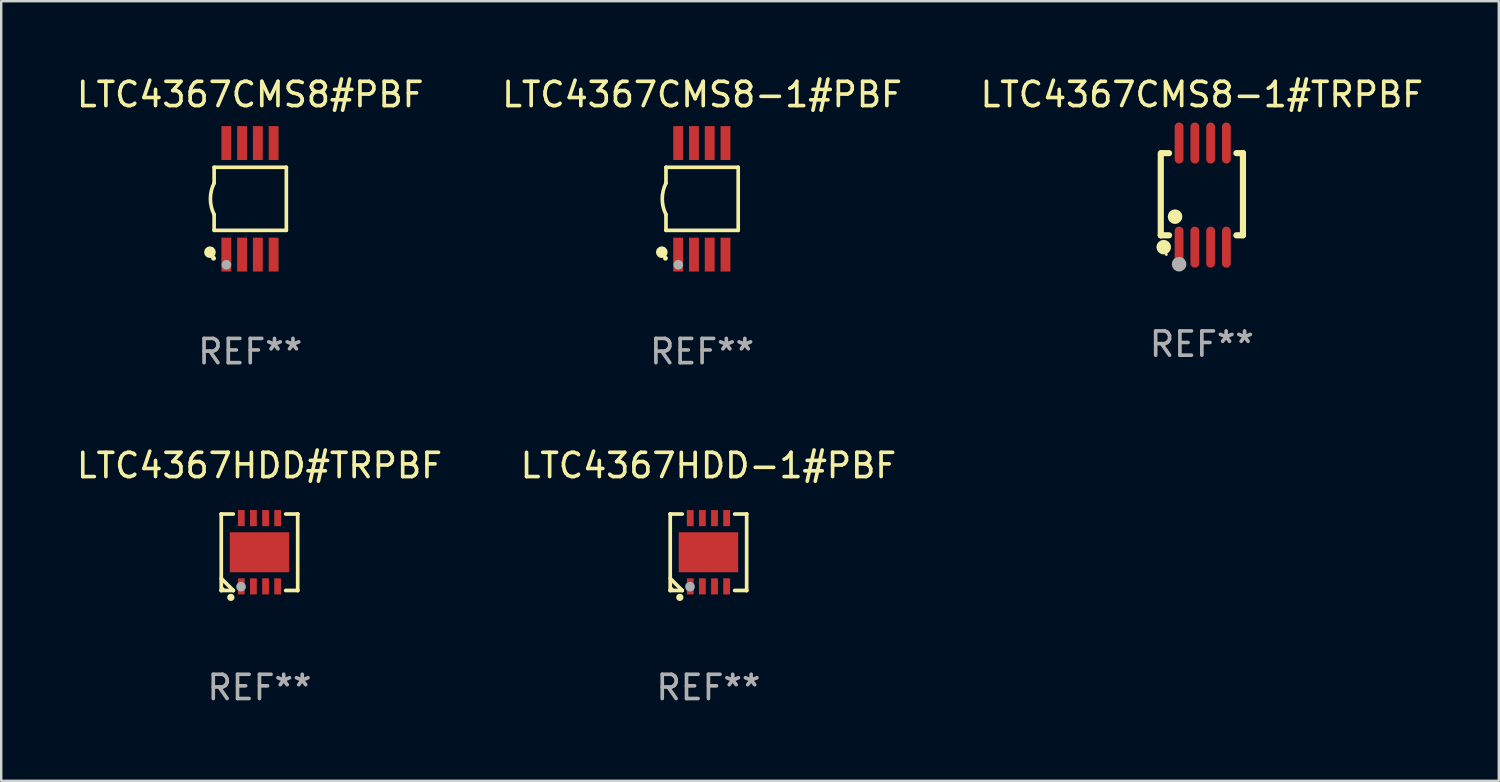
<source format=kicad_pcb>
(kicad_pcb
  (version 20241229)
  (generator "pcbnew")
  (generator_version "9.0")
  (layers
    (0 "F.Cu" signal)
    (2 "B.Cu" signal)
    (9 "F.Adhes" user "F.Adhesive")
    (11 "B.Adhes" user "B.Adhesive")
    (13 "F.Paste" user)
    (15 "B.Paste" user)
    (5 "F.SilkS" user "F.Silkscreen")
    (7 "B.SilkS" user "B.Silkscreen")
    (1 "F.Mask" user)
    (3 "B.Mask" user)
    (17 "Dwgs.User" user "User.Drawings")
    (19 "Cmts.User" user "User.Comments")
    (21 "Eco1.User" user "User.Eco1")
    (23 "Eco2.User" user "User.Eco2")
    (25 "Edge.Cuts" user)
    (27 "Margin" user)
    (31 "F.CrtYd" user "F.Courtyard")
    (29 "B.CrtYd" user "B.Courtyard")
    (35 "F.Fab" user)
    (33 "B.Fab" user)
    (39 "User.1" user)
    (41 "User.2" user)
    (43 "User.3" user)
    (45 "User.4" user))
  (footprint "LTC4367CMS8-1#TRPBF"
    (layer "F.Cu")
    (at 46.506 4.994)
    (property "Reference" "LTC4367CMS8-1#TRPBF" (at 0 -4.146 0) (layer "F.SilkS") (effects (font (size 1 1) (thickness 0.15))))
    (attr through_hole)
    (fp_line (start -1.694 -1.724) (end -1.694 1.652) (stroke (width 0.254) (type solid)) (layer "F.SilkS"))
    (fp_line (start -1.694 1.652) (end -1.688 1.658) (stroke (width 0.254) (type solid)) (layer "F.SilkS"))
    (fp_line (start -1.688 1.658) (end -1.353 1.658) (stroke (width 0.254) (type solid)) (layer "F.SilkS"))
    (fp_line (start -1.661 -1.73) (end -1.681 -1.71) (stroke (width 0.254) (type solid)) (layer "F.SilkS"))
    (fp_line (start -1.353 -1.73) (end -1.661 -1.73) (stroke (width 0.254) (type solid)) (layer "F.SilkS"))
    (fp_line (start 1.424 1.658) (end 1.694 1.658) (stroke (width 0.254) (type solid)) (layer "F.SilkS"))
    (fp_line (start 1.694 -1.73) (end 1.424 -1.73) (stroke (width 0.254) (type solid)) (layer "F.SilkS"))
    (fp_line (start 1.694 1.658) (end 1.694 -1.73) (stroke (width 0.254) (type solid)) (layer "F.SilkS"))
    (fp_circle (center -1.574 2.146) (end -1.424 2.146) (stroke (width 0.3) (type solid)) (fill no) (layer "F.SilkS"))
    (fp_circle (center -1.464 2.45) (end -1.434 2.45) (stroke (width 0.06) (type solid)) (fill no) (layer "F.SilkS"))
    (fp_circle (center -1.107 0.889) (end -0.957 0.889) (stroke (width 0.3) (type solid)) (fill no) (layer "F.SilkS"))
    (fp_circle (center -0.94 2.85) (end -0.789 2.85) (stroke (width 0.3) (type solid)) (fill no) (layer "F.Fab"))
    (fp_text user "REF**" (at 0 6.146 0) (layer "F.Fab") (effects (font (size 1 1) (thickness 0.15))))
    (pad "1" smd oval (at -0.94 2.146) (size 0.364 1.692) (layers "F.Cu" "F.Mask" "F.Paste"))
    (pad "2" smd oval (at -0.289 2.146) (size 0.364 1.692) (layers "F.Cu" "F.Mask" "F.Paste"))
    (pad "3" smd oval (at 0.361 2.146) (size 0.364 1.692) (layers "F.Cu" "F.Mask" "F.Paste"))
    (pad "4" smd oval (at 1.011 2.146) (size 0.364 1.692) (layers "F.Cu" "F.Mask" "F.Paste"))
    (pad "5" smd oval (at 1.011 -2.146) (size 0.364 1.692) (layers "F.Cu" "F.Mask" "F.Paste"))
    (pad "6" smd oval (at 0.361 -2.146) (size 0.364 1.692) (layers "F.Cu" "F.Mask" "F.Paste"))
    (pad "7" smd oval (at -0.289 -2.146) (size 0.364 1.692) (layers "F.Cu" "F.Mask" "F.Paste"))
    (pad "8" smd oval (at -0.94 -2.146) (size 0.364 1.692) (layers "F.Cu" "F.Mask" "F.Paste")))
  (footprint "LTC4367CMS8#PBF"
    (layer "F.Cu")
    (at 7.268 5.148)
    (property "Reference" "LTC4367CMS8#PBF" (at 0 -4.3 0) (layer "F.SilkS") (effects (font (size 1 1) (thickness 0.15))))
    (attr through_hole)
    (fp_line (start -1.489 -1.3) (end -1.489 -0.648) (stroke (width 0.15) (type solid)) (layer "F.SilkS"))
    (fp_line (start -1.489 0.648) (end -1.489 1.3) (stroke (width 0.15) (type solid)) (layer "F.SilkS"))
    (fp_line (start -1.489 1.3) (end 1.489 1.3) (stroke (width 0.15) (type solid)) (layer "F.SilkS"))
    (fp_line (start 1.489 -1.3) (end -1.489 -1.3) (stroke (width 0.15) (type solid)) (layer "F.SilkS"))
    (fp_line (start 1.489 1.3) (end 1.489 -1.3) (stroke (width 0.15) (type solid)) (layer "F.SilkS"))
    (fp_arc (start -1.489205 0.647702) (mid -1.642107 0) (end -1.489205 -0.647701) (stroke (width 0.150013) (type solid)) (layer "F.SilkS"))
    (fp_circle (center -1.661 2.2) (end -1.541 2.2) (stroke (width 0.24) (type solid)) (fill no) (layer "F.SilkS"))
    (fp_circle (center -1.511 2.45) (end -1.461 2.45) (stroke (width 0.1) (type solid)) (fill no) (layer "F.SilkS"))
    (fp_circle (center -0.981 2.72) (end -0.881 2.72) (stroke (width 0.2) (type solid)) (fill no) (layer "F.Fab"))
    (fp_text user "REF**" (at 0 6.3 0) (layer "F.Fab") (effects (font (size 1 1) (thickness 0.15))))
    (pad "1" smd rect (at -0.986 2.3) (size 0.406 1.397) (layers "F.Cu" "F.Mask" "F.Paste"))
    (pad "2" smd rect (at -0.336 2.3) (size 0.406 1.397) (layers "F.Cu" "F.Mask" "F.Paste"))
    (pad "3" smd rect (at 0.314 2.3) (size 0.406 1.397) (layers "F.Cu" "F.Mask" "F.Paste"))
    (pad "4" smd rect (at 0.964 2.3) (size 0.406 1.397) (layers "F.Cu" "F.Mask" "F.Paste"))
    (pad "5" smd rect (at 0.964 -2.3) (size 0.406 1.397) (layers "F.Cu" "F.Mask" "F.Paste"))
    (pad "6" smd rect (at 0.314 -2.3) (size 0.406 1.397) (layers "F.Cu" "F.Mask" "F.Paste"))
    (pad "7" smd rect (at -0.336 -2.3) (size 0.406 1.397) (layers "F.Cu" "F.Mask" "F.Paste"))
    (pad "8" smd rect (at -0.986 -2.3) (size 0.406 1.397) (layers "F.Cu" "F.Mask" "F.Paste")))
  (footprint "LTC4367CMS8-1#PBF"
    (layer "F.Cu")
    (at 25.899 5.148)
    (property "Reference" "LTC4367CMS8-1#PBF" (at 0 -4.3 0) (layer "F.SilkS") (effects (font (size 1 1) (thickness 0.15))))
    (attr through_hole)
    (fp_line (start -1.489 -1.3) (end -1.489 -0.648) (stroke (width 0.15) (type solid)) (layer "F.SilkS"))
    (fp_line (start -1.489 0.648) (end -1.489 1.3) (stroke (width 0.15) (type solid)) (layer "F.SilkS"))
    (fp_line (start -1.489 1.3) (end 1.489 1.3) (stroke (width 0.15) (type solid)) (layer "F.SilkS"))
    (fp_line (start 1.489 -1.3) (end -1.489 -1.3) (stroke (width 0.15) (type solid)) (layer "F.SilkS"))
    (fp_line (start 1.489 1.3) (end 1.489 -1.3) (stroke (width 0.15) (type solid)) (layer "F.SilkS"))
    (fp_arc (start -1.489205 0.647702) (mid -1.642107 0) (end -1.489205 -0.647701) (stroke (width 0.150013) (type solid)) (layer "F.SilkS"))
    (fp_circle (center -1.661 2.2) (end -1.541 2.2) (stroke (width 0.24) (type solid)) (fill no) (layer "F.SilkS"))
    (fp_circle (center -1.511 2.45) (end -1.461 2.45) (stroke (width 0.1) (type solid)) (fill no) (layer "F.SilkS"))
    (fp_circle (center -0.981 2.72) (end -0.881 2.72) (stroke (width 0.2) (type solid)) (fill no) (layer "F.Fab"))
    (fp_text user "REF**" (at 0 6.3 0) (layer "F.Fab") (effects (font (size 1 1) (thickness 0.15))))
    (pad "1" smd rect (at -0.986 2.3) (size 0.406 1.397) (layers "F.Cu" "F.Mask" "F.Paste"))
    (pad "2" smd rect (at -0.336 2.3) (size 0.406 1.397) (layers "F.Cu" "F.Mask" "F.Paste"))
    (pad "3" smd rect (at 0.314 2.3) (size 0.406 1.397) (layers "F.Cu" "F.Mask" "F.Paste"))
    (pad "4" smd rect (at 0.964 2.3) (size 0.406 1.397) (layers "F.Cu" "F.Mask" "F.Paste"))
    (pad "5" smd rect (at 0.964 -2.3) (size 0.406 1.397) (layers "F.Cu" "F.Mask" "F.Paste"))
    (pad "6" smd rect (at 0.314 -2.3) (size 0.406 1.397) (layers "F.Cu" "F.Mask" "F.Paste"))
    (pad "7" smd rect (at -0.336 -2.3) (size 0.406 1.397) (layers "F.Cu" "F.Mask" "F.Paste"))
    (pad "8" smd rect (at -0.986 -2.3) (size 0.406 1.397) (layers "F.Cu" "F.Mask" "F.Paste")))
  (footprint "LTC4367HDD#TRPBF"
    (layer "F.Cu")
    (at 7.649 19.721)
    (property "Reference" "LTC4367HDD#TRPBF" (at 0 -3.576 0) (layer "F.SilkS") (effects (font (size 1 1) (thickness 0.15))))
    (attr through_hole)
    (fp_line (start -1.576 -1.576) (end -1.576 -1.576) (stroke (width 0.152) (type solid)) (layer "F.SilkS"))
    (fp_line (start -1.576 -1.576) (end -1.08 -1.576) (stroke (width 0.152) (type solid)) (layer "F.SilkS"))
    (fp_line (start -1.576 1.576) (end -1.576 -1.576) (stroke (width 0.152) (type solid)) (layer "F.SilkS"))
    (fp_line (start -1.576 1.576) (end -1.576 1.576) (stroke (width 0.152) (type solid)) (layer "F.SilkS"))
    (fp_line (start -1.08 1.575) (end -1.576 1.079) (stroke (width 0.152) (type solid)) (layer "F.SilkS"))
    (fp_line (start -1.08 1.576) (end -1.576 1.576) (stroke (width 0.152) (type solid)) (layer "F.SilkS"))
    (fp_line (start -1.08 1.576) (end -1.08 1.575) (stroke (width 0.152) (type solid)) (layer "F.SilkS"))
    (fp_line (start 1.08 1.576) (end 1.576 1.576) (stroke (width 0.152) (type solid)) (layer "F.SilkS"))
    (fp_line (start 1.576 -1.576) (end 1.08 -1.576) (stroke (width 0.152) (type solid)) (layer "F.SilkS"))
    (fp_line (start 1.576 -1.576) (end 1.576 -1.576) (stroke (width 0.152) (type solid)) (layer "F.SilkS"))
    (fp_line (start 1.576 1.576) (end 1.576 -1.576) (stroke (width 0.152) (type solid)) (layer "F.SilkS"))
    (fp_line (start 1.576 1.576) (end 1.576 1.576) (stroke (width 0.152) (type solid)) (layer "F.SilkS"))
    (fp_circle (center -1.5 1.5) (end -1.47 1.5) (stroke (width 0.06) (type solid)) (fill no) (layer "F.SilkS"))
    (fp_circle (center -1.18 1.86) (end -1.105 1.86) (stroke (width 0.15) (type solid)) (fill no) (layer "F.SilkS"))
    (fp_circle (center -0.76 1.42) (end -0.66 1.42) (stroke (width 0.2) (type solid)) (fill no) (layer "F.Fab"))
    (fp_text user "REF**" (at 0 5.576 0) (layer "F.Fab") (effects (font (size 1 1) (thickness 0.15))))
    (pad "1" smd rect (at -0.75 1.407) (size 0.28 0.665) (layers "F.Cu" "F.Mask" "F.Paste"))
    (pad "2" smd rect (at -0.25 1.407) (size 0.28 0.665) (layers "F.Cu" "F.Mask" "F.Paste"))
    (pad "3" smd rect (at 0.25 1.407) (size 0.28 0.665) (layers "F.Cu" "F.Mask" "F.Paste"))
    (pad "4" smd rect (at 0.75 1.407) (size 0.28 0.665) (layers "F.Cu" "F.Mask" "F.Paste"))
    (pad "5" smd rect (at 0.75 -1.407) (size 0.28 0.665) (layers "F.Cu" "F.Mask" "F.Paste"))
    (pad "6" smd rect (at 0.25 -1.407) (size 0.28 0.665) (layers "F.Cu" "F.Mask" "F.Paste"))
    (pad "7" smd rect (at -0.25 -1.407) (size 0.28 0.665) (layers "F.Cu" "F.Mask" "F.Paste"))
    (pad "8" smd rect (at -0.75 -1.407) (size 0.28 0.665) (layers "F.Cu" "F.Mask" "F.Paste"))
    (pad "9" smd rect (at 0 0) (size 2.45 1.65) (layers "F.Cu" "F.Mask" "F.Paste")))
  (footprint "LTC4367HDD-1#PBF"
    (layer "F.Cu")
    (at 26.161 19.721)
    (property "Reference" "LTC4367HDD-1#PBF" (at 0 -3.576 0) (layer "F.SilkS") (effects (font (size 1 1) (thickness 0.15))))
    (attr through_hole)
    (fp_line (start -1.576 -1.576) (end -1.576 -1.576) (stroke (width 0.152) (type solid)) (layer "F.SilkS"))
    (fp_line (start -1.576 -1.576) (end -1.08 -1.576) (stroke (width 0.152) (type solid)) (layer "F.SilkS"))
    (fp_line (start -1.576 1.576) (end -1.576 -1.576) (stroke (width 0.152) (type solid)) (layer "F.SilkS"))
    (fp_line (start -1.576 1.576) (end -1.576 1.576) (stroke (width 0.152) (type solid)) (layer "F.SilkS"))
    (fp_line (start -1.08 1.575) (end -1.576 1.079) (stroke (width 0.152) (type solid)) (layer "F.SilkS"))
    (fp_line (start -1.08 1.576) (end -1.576 1.576) (stroke (width 0.152) (type solid)) (layer "F.SilkS"))
    (fp_line (start -1.08 1.576) (end -1.08 1.575) (stroke (width 0.152) (type solid)) (layer "F.SilkS"))
    (fp_line (start 1.08 1.576) (end 1.576 1.576) (stroke (width 0.152) (type solid)) (layer "F.SilkS"))
    (fp_line (start 1.576 -1.576) (end 1.08 -1.576) (stroke (width 0.152) (type solid)) (layer "F.SilkS"))
    (fp_line (start 1.576 -1.576) (end 1.576 -1.576) (stroke (width 0.152) (type solid)) (layer "F.SilkS"))
    (fp_line (start 1.576 1.576) (end 1.576 -1.576) (stroke (width 0.152) (type solid)) (layer "F.SilkS"))
    (fp_line (start 1.576 1.576) (end 1.576 1.576) (stroke (width 0.152) (type solid)) (layer "F.SilkS"))
    (fp_circle (center -1.5 1.5) (end -1.47 1.5) (stroke (width 0.06) (type solid)) (fill no) (layer "F.SilkS"))
    (fp_circle (center -1.18 1.86) (end -1.105 1.86) (stroke (width 0.15) (type solid)) (fill no) (layer "F.SilkS"))
    (fp_circle (center -0.76 1.42) (end -0.66 1.42) (stroke (width 0.2) (type solid)) (fill no) (layer "F.Fab"))
    (fp_text user "REF**" (at 0 5.576 0) (layer "F.Fab") (effects (font (size 1 1) (thickness 0.15))))
    (pad "1" smd rect (at -0.75 1.407) (size 0.28 0.665) (layers "F.Cu" "F.Mask" "F.Paste"))
    (pad "2" smd rect (at -0.25 1.407) (size 0.28 0.665) (layers "F.Cu" "F.Mask" "F.Paste"))
    (pad "3" smd rect (at 0.25 1.407) (size 0.28 0.665) (layers "F.Cu" "F.Mask" "F.Paste"))
    (pad "4" smd rect (at 0.75 1.407) (size 0.28 0.665) (layers "F.Cu" "F.Mask" "F.Paste"))
    (pad "5" smd rect (at 0.75 -1.407) (size 0.28 0.665) (layers "F.Cu" "F.Mask" "F.Paste"))
    (pad "6" smd rect (at 0.25 -1.407) (size 0.28 0.665) (layers "F.Cu" "F.Mask" "F.Paste"))
    (pad "7" smd rect (at -0.25 -1.407) (size 0.28 0.665) (layers "F.Cu" "F.Mask" "F.Paste"))
    (pad "8" smd rect (at -0.75 -1.407) (size 0.28 0.665) (layers "F.Cu" "F.Mask" "F.Paste"))
    (pad "9" smd rect (at 0 0) (size 2.45 1.65) (layers "F.Cu" "F.Mask" "F.Paste")))
  (gr_rect
    (start -3 -3)
    (end 58.75 29.145)
    (stroke (width 0.1) (type default))
    (fill no)
    (layer "Edge.Cuts")))
</source>
